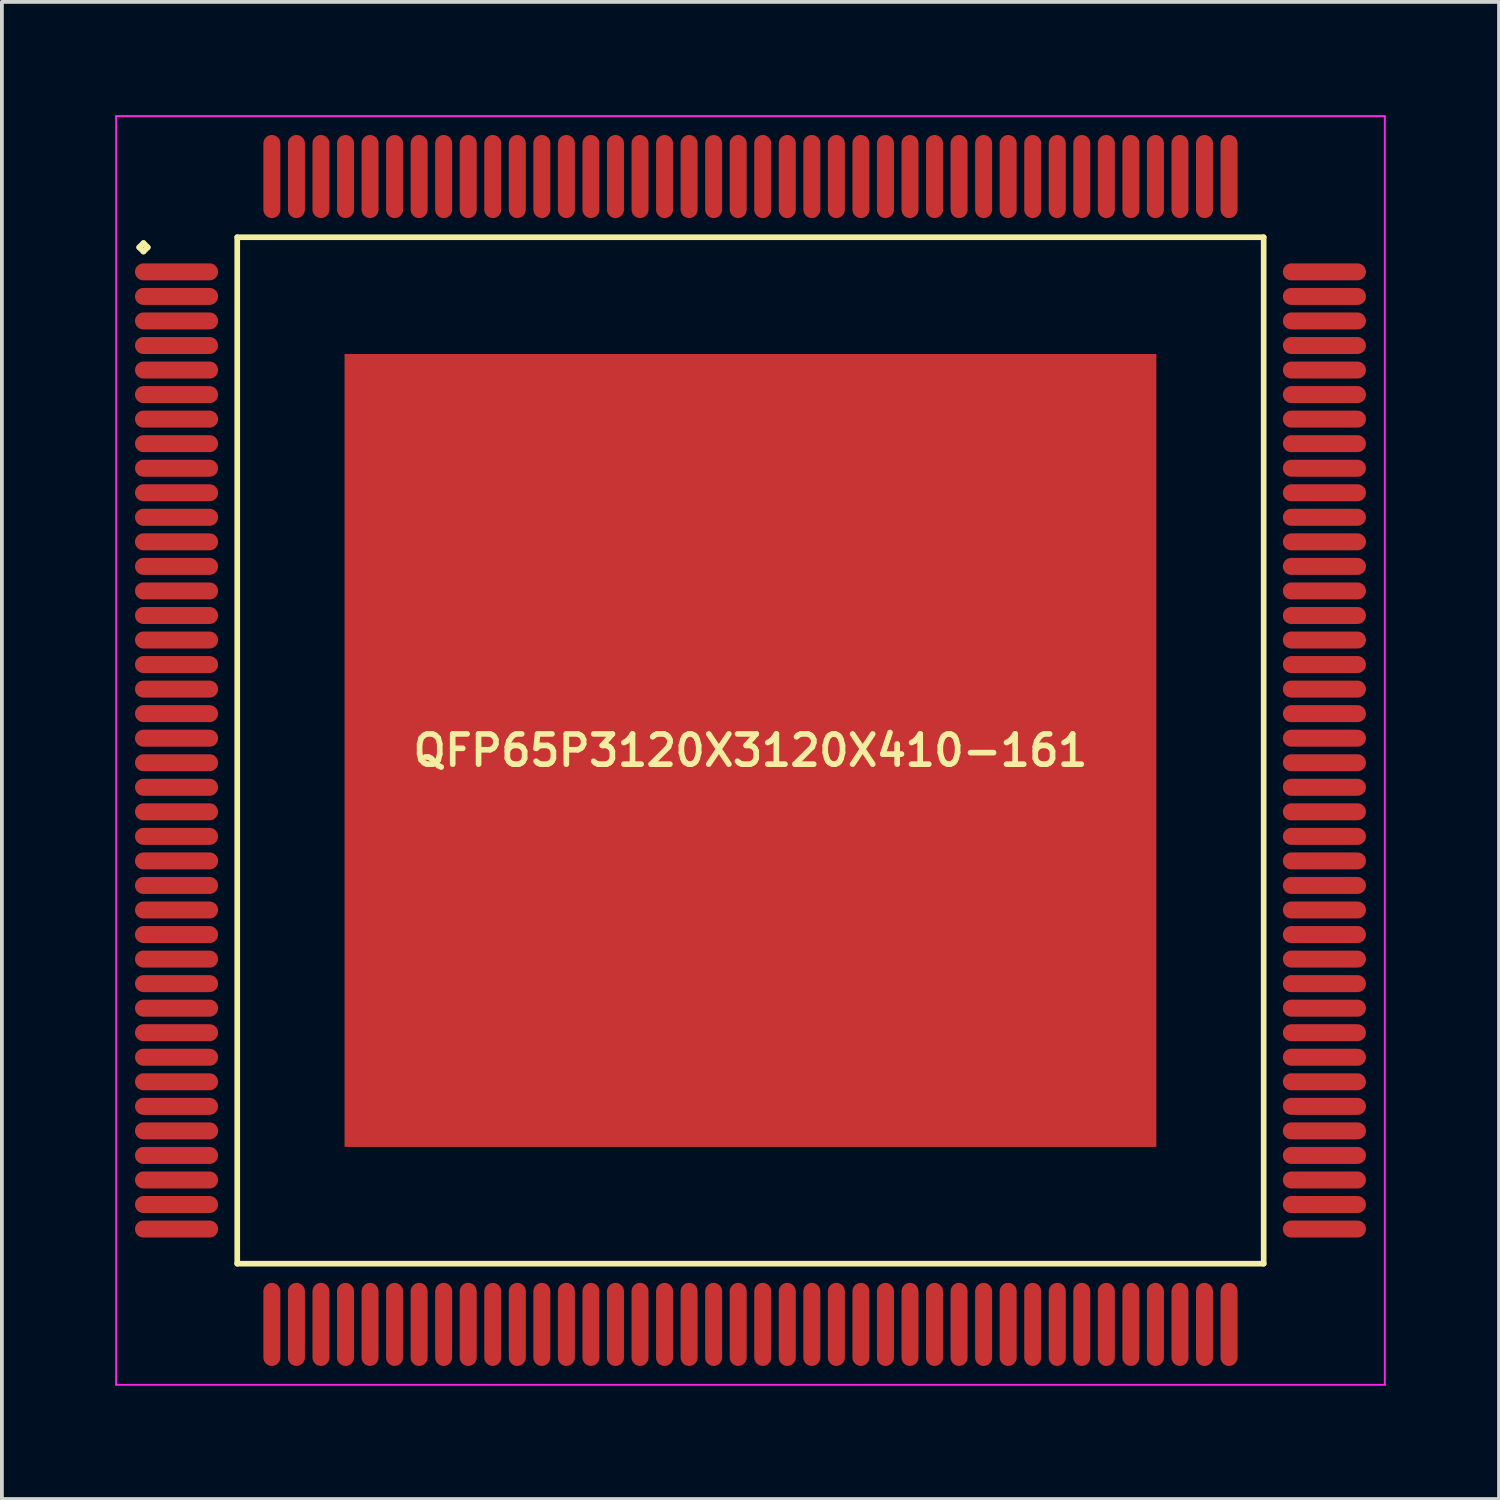
<source format=kicad_pcb>
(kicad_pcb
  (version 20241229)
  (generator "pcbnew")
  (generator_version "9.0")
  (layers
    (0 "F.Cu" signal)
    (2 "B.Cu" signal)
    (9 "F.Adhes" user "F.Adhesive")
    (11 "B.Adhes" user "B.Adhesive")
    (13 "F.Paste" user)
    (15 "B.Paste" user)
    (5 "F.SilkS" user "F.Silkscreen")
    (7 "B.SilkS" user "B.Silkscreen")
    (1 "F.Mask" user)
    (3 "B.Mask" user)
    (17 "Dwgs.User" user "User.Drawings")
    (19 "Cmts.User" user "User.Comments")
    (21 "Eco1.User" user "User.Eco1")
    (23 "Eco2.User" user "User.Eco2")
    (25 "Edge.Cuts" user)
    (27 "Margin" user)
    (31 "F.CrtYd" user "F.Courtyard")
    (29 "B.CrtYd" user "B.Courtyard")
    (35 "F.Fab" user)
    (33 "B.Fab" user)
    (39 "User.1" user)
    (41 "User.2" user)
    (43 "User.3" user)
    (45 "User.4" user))
  (footprint "QFP65P3120X3120X410-161"
    (layer "F.Cu")
    (at 16.825 16.825)
    (property "Reference" "QFP65P3120X3120X410-161" (at 0 0 0) (layer "F.SilkS") (effects (font (size 0.8 0.8) (thickness 0.15))))
    (attr smd)
    (fp_line (start -16.188 -13.325) (end -16.075 -13.438) (stroke (width 0.15) (type solid)) (layer "F.SilkS"))
    (fp_line (start -16.075 -13.438) (end -15.963 -13.325) (stroke (width 0.15) (type solid)) (layer "F.SilkS"))
    (fp_line (start -16.075 -13.213) (end -16.188 -13.325) (stroke (width 0.15) (type solid)) (layer "F.SilkS"))
    (fp_line (start -15.963 -13.325) (end -16.075 -13.213) (stroke (width 0.15) (type solid)) (layer "F.SilkS"))
    (fp_line (start -13.592 -13.592) (end -13.592 13.592) (stroke (width 0.15) (type solid)) (layer "F.SilkS"))
    (fp_line (start -13.592 13.592) (end 13.592 13.592) (stroke (width 0.15) (type solid)) (layer "F.SilkS"))
    (fp_line (start 13.592 -13.592) (end -13.592 -13.592) (stroke (width 0.15) (type solid)) (layer "F.SilkS"))
    (fp_line (start 13.592 13.592) (end 13.592 -13.592) (stroke (width 0.15) (type solid)) (layer "F.SilkS"))
    (fp_line (start -16.8 -16.8) (end 16.8 -16.8) (stroke (width 0.05) (type solid)) (layer "F.CrtYd"))
    (fp_line (start -16.8 16.8) (end -16.8 -16.8) (stroke (width 0.05) (type solid)) (layer "F.CrtYd"))
    (fp_line (start 16.8 -16.8) (end 16.8 16.8) (stroke (width 0.05) (type solid)) (layer "F.CrtYd"))
    (fp_line (start 16.8 16.8) (end -16.8 16.8) (stroke (width 0.05) (type solid)) (layer "F.CrtYd"))
    (pad "1" smd oval (at -15.2 -12.675) (size 2.2 0.45) (layers "F.Cu" "F.Mask" "F.Paste"))
    (pad "2" smd oval (at -15.2 -12.025) (size 2.2 0.45) (layers "F.Cu" "F.Mask" "F.Paste"))
    (pad "3" smd oval (at -15.2 -11.375) (size 2.2 0.45) (layers "F.Cu" "F.Mask" "F.Paste"))
    (pad "4" smd oval (at -15.2 -10.725) (size 2.2 0.45) (layers "F.Cu" "F.Mask" "F.Paste"))
    (pad "5" smd oval (at -15.2 -10.075) (size 2.2 0.45) (layers "F.Cu" "F.Mask" "F.Paste"))
    (pad "6" smd oval (at -15.2 -9.425) (size 2.2 0.45) (layers "F.Cu" "F.Mask" "F.Paste"))
    (pad "7" smd oval (at -15.2 -8.775) (size 2.2 0.45) (layers "F.Cu" "F.Mask" "F.Paste"))
    (pad "8" smd oval (at -15.2 -8.125) (size 2.2 0.45) (layers "F.Cu" "F.Mask" "F.Paste"))
    (pad "9" smd oval (at -15.2 -7.475) (size 2.2 0.45) (layers "F.Cu" "F.Mask" "F.Paste"))
    (pad "10" smd oval (at -15.2 -6.825) (size 2.2 0.45) (layers "F.Cu" "F.Mask" "F.Paste"))
    (pad "11" smd oval (at -15.2 -6.175) (size 2.2 0.45) (layers "F.Cu" "F.Mask" "F.Paste"))
    (pad "12" smd oval (at -15.2 -5.525) (size 2.2 0.45) (layers "F.Cu" "F.Mask" "F.Paste"))
    (pad "13" smd oval (at -15.2 -4.875) (size 2.2 0.45) (layers "F.Cu" "F.Mask" "F.Paste"))
    (pad "14" smd oval (at -15.2 -4.225) (size 2.2 0.45) (layers "F.Cu" "F.Mask" "F.Paste"))
    (pad "15" smd oval (at -15.2 -3.575) (size 2.2 0.45) (layers "F.Cu" "F.Mask" "F.Paste"))
    (pad "16" smd oval (at -15.2 -2.925) (size 2.2 0.45) (layers "F.Cu" "F.Mask" "F.Paste"))
    (pad "17" smd oval (at -15.2 -2.275) (size 2.2 0.45) (layers "F.Cu" "F.Mask" "F.Paste"))
    (pad "18" smd oval (at -15.2 -1.625) (size 2.2 0.45) (layers "F.Cu" "F.Mask" "F.Paste"))
    (pad "19" smd oval (at -15.2 -0.975) (size 2.2 0.45) (layers "F.Cu" "F.Mask" "F.Paste"))
    (pad "20" smd oval (at -15.2 -0.325) (size 2.2 0.45) (layers "F.Cu" "F.Mask" "F.Paste"))
    (pad "21" smd oval (at -15.2 0.325) (size 2.2 0.45) (layers "F.Cu" "F.Mask" "F.Paste"))
    (pad "22" smd oval (at -15.2 0.975) (size 2.2 0.45) (layers "F.Cu" "F.Mask" "F.Paste"))
    (pad "23" smd oval (at -15.2 1.625) (size 2.2 0.45) (layers "F.Cu" "F.Mask" "F.Paste"))
    (pad "24" smd oval (at -15.2 2.275) (size 2.2 0.45) (layers "F.Cu" "F.Mask" "F.Paste"))
    (pad "25" smd oval (at -15.2 2.925) (size 2.2 0.45) (layers "F.Cu" "F.Mask" "F.Paste"))
    (pad "26" smd oval (at -15.2 3.575) (size 2.2 0.45) (layers "F.Cu" "F.Mask" "F.Paste"))
    (pad "27" smd oval (at -15.2 4.225) (size 2.2 0.45) (layers "F.Cu" "F.Mask" "F.Paste"))
    (pad "28" smd oval (at -15.2 4.875) (size 2.2 0.45) (layers "F.Cu" "F.Mask" "F.Paste"))
    (pad "29" smd oval (at -15.2 5.525) (size 2.2 0.45) (layers "F.Cu" "F.Mask" "F.Paste"))
    (pad "30" smd oval (at -15.2 6.175) (size 2.2 0.45) (layers "F.Cu" "F.Mask" "F.Paste"))
    (pad "31" smd oval (at -15.2 6.825) (size 2.2 0.45) (layers "F.Cu" "F.Mask" "F.Paste"))
    (pad "32" smd oval (at -15.2 7.475) (size 2.2 0.45) (layers "F.Cu" "F.Mask" "F.Paste"))
    (pad "33" smd oval (at -15.2 8.125) (size 2.2 0.45) (layers "F.Cu" "F.Mask" "F.Paste"))
    (pad "34" smd oval (at -15.2 8.775) (size 2.2 0.45) (layers "F.Cu" "F.Mask" "F.Paste"))
    (pad "35" smd oval (at -15.2 9.425) (size 2.2 0.45) (layers "F.Cu" "F.Mask" "F.Paste"))
    (pad "36" smd oval (at -15.2 10.075) (size 2.2 0.45) (layers "F.Cu" "F.Mask" "F.Paste"))
    (pad "37" smd oval (at -15.2 10.725) (size 2.2 0.45) (layers "F.Cu" "F.Mask" "F.Paste"))
    (pad "38" smd oval (at -15.2 11.375) (size 2.2 0.45) (layers "F.Cu" "F.Mask" "F.Paste"))
    (pad "39" smd oval (at -15.2 12.025) (size 2.2 0.45) (layers "F.Cu" "F.Mask" "F.Paste"))
    (pad "40" smd oval (at -15.2 12.675) (size 2.2 0.45) (layers "F.Cu" "F.Mask" "F.Paste"))
    (pad "41" smd oval (at -12.675 15.2) (size 0.45 2.2) (layers "F.Cu" "F.Mask" "F.Paste"))
    (pad "42" smd oval (at -12.025 15.2) (size 0.45 2.2) (layers "F.Cu" "F.Mask" "F.Paste"))
    (pad "43" smd oval (at -11.375 15.2) (size 0.45 2.2) (layers "F.Cu" "F.Mask" "F.Paste"))
    (pad "44" smd oval (at -10.725 15.2) (size 0.45 2.2) (layers "F.Cu" "F.Mask" "F.Paste"))
    (pad "45" smd oval (at -10.075 15.2) (size 0.45 2.2) (layers "F.Cu" "F.Mask" "F.Paste"))
    (pad "46" smd oval (at -9.425 15.2) (size 0.45 2.2) (layers "F.Cu" "F.Mask" "F.Paste"))
    (pad "47" smd oval (at -8.775 15.2) (size 0.45 2.2) (layers "F.Cu" "F.Mask" "F.Paste"))
    (pad "48" smd oval (at -8.125 15.2) (size 0.45 2.2) (layers "F.Cu" "F.Mask" "F.Paste"))
    (pad "49" smd oval (at -7.475 15.2) (size 0.45 2.2) (layers "F.Cu" "F.Mask" "F.Paste"))
    (pad "50" smd oval (at -6.825 15.2) (size 0.45 2.2) (layers "F.Cu" "F.Mask" "F.Paste"))
    (pad "51" smd oval (at -6.175 15.2) (size 0.45 2.2) (layers "F.Cu" "F.Mask" "F.Paste"))
    (pad "52" smd oval (at -5.525 15.2) (size 0.45 2.2) (layers "F.Cu" "F.Mask" "F.Paste"))
    (pad "53" smd oval (at -4.875 15.2) (size 0.45 2.2) (layers "F.Cu" "F.Mask" "F.Paste"))
    (pad "54" smd oval (at -4.225 15.2) (size 0.45 2.2) (layers "F.Cu" "F.Mask" "F.Paste"))
    (pad "55" smd oval (at -3.575 15.2) (size 0.45 2.2) (layers "F.Cu" "F.Mask" "F.Paste"))
    (pad "56" smd oval (at -2.925 15.2) (size 0.45 2.2) (layers "F.Cu" "F.Mask" "F.Paste"))
    (pad "57" smd oval (at -2.275 15.2) (size 0.45 2.2) (layers "F.Cu" "F.Mask" "F.Paste"))
    (pad "58" smd oval (at -1.625 15.2) (size 0.45 2.2) (layers "F.Cu" "F.Mask" "F.Paste"))
    (pad "59" smd oval (at -0.975 15.2) (size 0.45 2.2) (layers "F.Cu" "F.Mask" "F.Paste"))
    (pad "60" smd oval (at -0.325 15.2) (size 0.45 2.2) (layers "F.Cu" "F.Mask" "F.Paste"))
    (pad "61" smd oval (at 0.325 15.2) (size 0.45 2.2) (layers "F.Cu" "F.Mask" "F.Paste"))
    (pad "62" smd oval (at 0.975 15.2) (size 0.45 2.2) (layers "F.Cu" "F.Mask" "F.Paste"))
    (pad "63" smd oval (at 1.625 15.2) (size 0.45 2.2) (layers "F.Cu" "F.Mask" "F.Paste"))
    (pad "64" smd oval (at 2.275 15.2) (size 0.45 2.2) (layers "F.Cu" "F.Mask" "F.Paste"))
    (pad "65" smd oval (at 2.925 15.2) (size 0.45 2.2) (layers "F.Cu" "F.Mask" "F.Paste"))
    (pad "66" smd oval (at 3.575 15.2) (size 0.45 2.2) (layers "F.Cu" "F.Mask" "F.Paste"))
    (pad "67" smd oval (at 4.225 15.2) (size 0.45 2.2) (layers "F.Cu" "F.Mask" "F.Paste"))
    (pad "68" smd oval (at 4.875 15.2) (size 0.45 2.2) (layers "F.Cu" "F.Mask" "F.Paste"))
    (pad "69" smd oval (at 5.525 15.2) (size 0.45 2.2) (layers "F.Cu" "F.Mask" "F.Paste"))
    (pad "70" smd oval (at 6.175 15.2) (size 0.45 2.2) (layers "F.Cu" "F.Mask" "F.Paste"))
    (pad "71" smd oval (at 6.825 15.2) (size 0.45 2.2) (layers "F.Cu" "F.Mask" "F.Paste"))
    (pad "72" smd oval (at 7.475 15.2) (size 0.45 2.2) (layers "F.Cu" "F.Mask" "F.Paste"))
    (pad "73" smd oval (at 8.125 15.2) (size 0.45 2.2) (layers "F.Cu" "F.Mask" "F.Paste"))
    (pad "74" smd oval (at 8.775 15.2) (size 0.45 2.2) (layers "F.Cu" "F.Mask" "F.Paste"))
    (pad "75" smd oval (at 9.425 15.2) (size 0.45 2.2) (layers "F.Cu" "F.Mask" "F.Paste"))
    (pad "76" smd oval (at 10.075 15.2) (size 0.45 2.2) (layers "F.Cu" "F.Mask" "F.Paste"))
    (pad "77" smd oval (at 10.725 15.2) (size 0.45 2.2) (layers "F.Cu" "F.Mask" "F.Paste"))
    (pad "78" smd oval (at 11.375 15.2) (size 0.45 2.2) (layers "F.Cu" "F.Mask" "F.Paste"))
    (pad "79" smd oval (at 12.025 15.2) (size 0.45 2.2) (layers "F.Cu" "F.Mask" "F.Paste"))
    (pad "80" smd oval (at 12.675 15.2) (size 0.45 2.2) (layers "F.Cu" "F.Mask" "F.Paste"))
    (pad "81" smd oval (at 15.2 12.675) (size 2.2 0.45) (layers "F.Cu" "F.Mask" "F.Paste"))
    (pad "82" smd oval (at 15.2 12.025) (size 2.2 0.45) (layers "F.Cu" "F.Mask" "F.Paste"))
    (pad "83" smd oval (at 15.2 11.375) (size 2.2 0.45) (layers "F.Cu" "F.Mask" "F.Paste"))
    (pad "84" smd oval (at 15.2 10.725) (size 2.2 0.45) (layers "F.Cu" "F.Mask" "F.Paste"))
    (pad "85" smd oval (at 15.2 10.075) (size 2.2 0.45) (layers "F.Cu" "F.Mask" "F.Paste"))
    (pad "86" smd oval (at 15.2 9.425) (size 2.2 0.45) (layers "F.Cu" "F.Mask" "F.Paste"))
    (pad "87" smd oval (at 15.2 8.775) (size 2.2 0.45) (layers "F.Cu" "F.Mask" "F.Paste"))
    (pad "88" smd oval (at 15.2 8.125) (size 2.2 0.45) (layers "F.Cu" "F.Mask" "F.Paste"))
    (pad "89" smd oval (at 15.2 7.475) (size 2.2 0.45) (layers "F.Cu" "F.Mask" "F.Paste"))
    (pad "90" smd oval (at 15.2 6.825) (size 2.2 0.45) (layers "F.Cu" "F.Mask" "F.Paste"))
    (pad "91" smd oval (at 15.2 6.175) (size 2.2 0.45) (layers "F.Cu" "F.Mask" "F.Paste"))
    (pad "92" smd oval (at 15.2 5.525) (size 2.2 0.45) (layers "F.Cu" "F.Mask" "F.Paste"))
    (pad "93" smd oval (at 15.2 4.875) (size 2.2 0.45) (layers "F.Cu" "F.Mask" "F.Paste"))
    (pad "94" smd oval (at 15.2 4.225) (size 2.2 0.45) (layers "F.Cu" "F.Mask" "F.Paste"))
    (pad "95" smd oval (at 15.2 3.575) (size 2.2 0.45) (layers "F.Cu" "F.Mask" "F.Paste"))
    (pad "96" smd oval (at 15.2 2.925) (size 2.2 0.45) (layers "F.Cu" "F.Mask" "F.Paste"))
    (pad "97" smd oval (at 15.2 2.275) (size 2.2 0.45) (layers "F.Cu" "F.Mask" "F.Paste"))
    (pad "98" smd oval (at 15.2 1.625) (size 2.2 0.45) (layers "F.Cu" "F.Mask" "F.Paste"))
    (pad "99" smd oval (at 15.2 0.975) (size 2.2 0.45) (layers "F.Cu" "F.Mask" "F.Paste"))
    (pad "100" smd oval (at 15.2 0.325) (size 2.2 0.45) (layers "F.Cu" "F.Mask" "F.Paste"))
    (pad "101" smd oval (at 15.2 -0.325) (size 2.2 0.45) (layers "F.Cu" "F.Mask" "F.Paste"))
    (pad "102" smd oval (at 15.2 -0.975) (size 2.2 0.45) (layers "F.Cu" "F.Mask" "F.Paste"))
    (pad "103" smd oval (at 15.2 -1.625) (size 2.2 0.45) (layers "F.Cu" "F.Mask" "F.Paste"))
    (pad "104" smd oval (at 15.2 -2.275) (size 2.2 0.45) (layers "F.Cu" "F.Mask" "F.Paste"))
    (pad "105" smd oval (at 15.2 -2.925) (size 2.2 0.45) (layers "F.Cu" "F.Mask" "F.Paste"))
    (pad "106" smd oval (at 15.2 -3.575) (size 2.2 0.45) (layers "F.Cu" "F.Mask" "F.Paste"))
    (pad "107" smd oval (at 15.2 -4.225) (size 2.2 0.45) (layers "F.Cu" "F.Mask" "F.Paste"))
    (pad "108" smd oval (at 15.2 -4.875) (size 2.2 0.45) (layers "F.Cu" "F.Mask" "F.Paste"))
    (pad "109" smd oval (at 15.2 -5.525) (size 2.2 0.45) (layers "F.Cu" "F.Mask" "F.Paste"))
    (pad "110" smd oval (at 15.2 -6.175) (size 2.2 0.45) (layers "F.Cu" "F.Mask" "F.Paste"))
    (pad "111" smd oval (at 15.2 -6.825) (size 2.2 0.45) (layers "F.Cu" "F.Mask" "F.Paste"))
    (pad "112" smd oval (at 15.2 -7.475) (size 2.2 0.45) (layers "F.Cu" "F.Mask" "F.Paste"))
    (pad "113" smd oval (at 15.2 -8.125) (size 2.2 0.45) (layers "F.Cu" "F.Mask" "F.Paste"))
    (pad "114" smd oval (at 15.2 -8.775) (size 2.2 0.45) (layers "F.Cu" "F.Mask" "F.Paste"))
    (pad "115" smd oval (at 15.2 -9.425) (size 2.2 0.45) (layers "F.Cu" "F.Mask" "F.Paste"))
    (pad "116" smd oval (at 15.2 -10.075) (size 2.2 0.45) (layers "F.Cu" "F.Mask" "F.Paste"))
    (pad "117" smd oval (at 15.2 -10.725) (size 2.2 0.45) (layers "F.Cu" "F.Mask" "F.Paste"))
    (pad "118" smd oval (at 15.2 -11.375) (size 2.2 0.45) (layers "F.Cu" "F.Mask" "F.Paste"))
    (pad "119" smd oval (at 15.2 -12.025) (size 2.2 0.45) (layers "F.Cu" "F.Mask" "F.Paste"))
    (pad "120" smd oval (at 15.2 -12.675) (size 2.2 0.45) (layers "F.Cu" "F.Mask" "F.Paste"))
    (pad "121" smd oval (at 12.675 -15.2) (size 0.45 2.2) (layers "F.Cu" "F.Mask" "F.Paste"))
    (pad "122" smd oval (at 12.025 -15.2) (size 0.45 2.2) (layers "F.Cu" "F.Mask" "F.Paste"))
    (pad "123" smd oval (at 11.375 -15.2) (size 0.45 2.2) (layers "F.Cu" "F.Mask" "F.Paste"))
    (pad "124" smd oval (at 10.725 -15.2) (size 0.45 2.2) (layers "F.Cu" "F.Mask" "F.Paste"))
    (pad "125" smd oval (at 10.075 -15.2) (size 0.45 2.2) (layers "F.Cu" "F.Mask" "F.Paste"))
    (pad "126" smd oval (at 9.425 -15.2) (size 0.45 2.2) (layers "F.Cu" "F.Mask" "F.Paste"))
    (pad "127" smd oval (at 8.775 -15.2) (size 0.45 2.2) (layers "F.Cu" "F.Mask" "F.Paste"))
    (pad "128" smd oval (at 8.125 -15.2) (size 0.45 2.2) (layers "F.Cu" "F.Mask" "F.Paste"))
    (pad "129" smd oval (at 7.475 -15.2) (size 0.45 2.2) (layers "F.Cu" "F.Mask" "F.Paste"))
    (pad "130" smd oval (at 6.825 -15.2) (size 0.45 2.2) (layers "F.Cu" "F.Mask" "F.Paste"))
    (pad "131" smd oval (at 6.175 -15.2) (size 0.45 2.2) (layers "F.Cu" "F.Mask" "F.Paste"))
    (pad "132" smd oval (at 5.525 -15.2) (size 0.45 2.2) (layers "F.Cu" "F.Mask" "F.Paste"))
    (pad "133" smd oval (at 4.875 -15.2) (size 0.45 2.2) (layers "F.Cu" "F.Mask" "F.Paste"))
    (pad "134" smd oval (at 4.225 -15.2) (size 0.45 2.2) (layers "F.Cu" "F.Mask" "F.Paste"))
    (pad "135" smd oval (at 3.575 -15.2) (size 0.45 2.2) (layers "F.Cu" "F.Mask" "F.Paste"))
    (pad "136" smd oval (at 2.925 -15.2) (size 0.45 2.2) (layers "F.Cu" "F.Mask" "F.Paste"))
    (pad "137" smd oval (at 2.275 -15.2) (size 0.45 2.2) (layers "F.Cu" "F.Mask" "F.Paste"))
    (pad "138" smd oval (at 1.625 -15.2) (size 0.45 2.2) (layers "F.Cu" "F.Mask" "F.Paste"))
    (pad "139" smd oval (at 0.975 -15.2) (size 0.45 2.2) (layers "F.Cu" "F.Mask" "F.Paste"))
    (pad "140" smd oval (at 0.325 -15.2) (size 0.45 2.2) (layers "F.Cu" "F.Mask" "F.Paste"))
    (pad "141" smd oval (at -0.325 -15.2) (size 0.45 2.2) (layers "F.Cu" "F.Mask" "F.Paste"))
    (pad "142" smd oval (at -0.975 -15.2) (size 0.45 2.2) (layers "F.Cu" "F.Mask" "F.Paste"))
    (pad "143" smd oval (at -1.625 -15.2) (size 0.45 2.2) (layers "F.Cu" "F.Mask" "F.Paste"))
    (pad "144" smd oval (at -2.275 -15.2) (size 0.45 2.2) (layers "F.Cu" "F.Mask" "F.Paste"))
    (pad "145" smd oval (at -2.925 -15.2) (size 0.45 2.2) (layers "F.Cu" "F.Mask" "F.Paste"))
    (pad "146" smd oval (at -3.575 -15.2) (size 0.45 2.2) (layers "F.Cu" "F.Mask" "F.Paste"))
    (pad "147" smd oval (at -4.225 -15.2) (size 0.45 2.2) (layers "F.Cu" "F.Mask" "F.Paste"))
    (pad "148" smd oval (at -4.875 -15.2) (size 0.45 2.2) (layers "F.Cu" "F.Mask" "F.Paste"))
    (pad "149" smd oval (at -5.525 -15.2) (size 0.45 2.2) (layers "F.Cu" "F.Mask" "F.Paste"))
    (pad "150" smd oval (at -6.175 -15.2) (size 0.45 2.2) (layers "F.Cu" "F.Mask" "F.Paste"))
    (pad "151" smd oval (at -6.825 -15.2) (size 0.45 2.2) (layers "F.Cu" "F.Mask" "F.Paste"))
    (pad "152" smd oval (at -7.475 -15.2) (size 0.45 2.2) (layers "F.Cu" "F.Mask" "F.Paste"))
    (pad "153" smd oval (at -8.125 -15.2) (size 0.45 2.2) (layers "F.Cu" "F.Mask" "F.Paste"))
    (pad "154" smd oval (at -8.775 -15.2) (size 0.45 2.2) (layers "F.Cu" "F.Mask" "F.Paste"))
    (pad "155" smd oval (at -9.425 -15.2) (size 0.45 2.2) (layers "F.Cu" "F.Mask" "F.Paste"))
    (pad "156" smd oval (at -10.075 -15.2) (size 0.45 2.2) (layers "F.Cu" "F.Mask" "F.Paste"))
    (pad "157" smd oval (at -10.725 -15.2) (size 0.45 2.2) (layers "F.Cu" "F.Mask" "F.Paste"))
    (pad "158" smd oval (at -11.375 -15.2) (size 0.45 2.2) (layers "F.Cu" "F.Mask" "F.Paste"))
    (pad "159" smd oval (at -12.025 -15.2) (size 0.45 2.2) (layers "F.Cu" "F.Mask" "F.Paste"))
    (pad "160" smd oval (at -12.675 -15.2) (size 0.45 2.2) (layers "F.Cu" "F.Mask" "F.Paste"))
    (pad "161" smd rect (at 0 0) (size 21.5 21) (layers "F.Cu" "F.Mask" "F.Paste")))
  (gr_rect
    (start -3 -3)
    (end 36.65 36.65)
    (stroke (width 0.1) (type default))
    (fill no)
    (layer "Edge.Cuts")))
</source>
